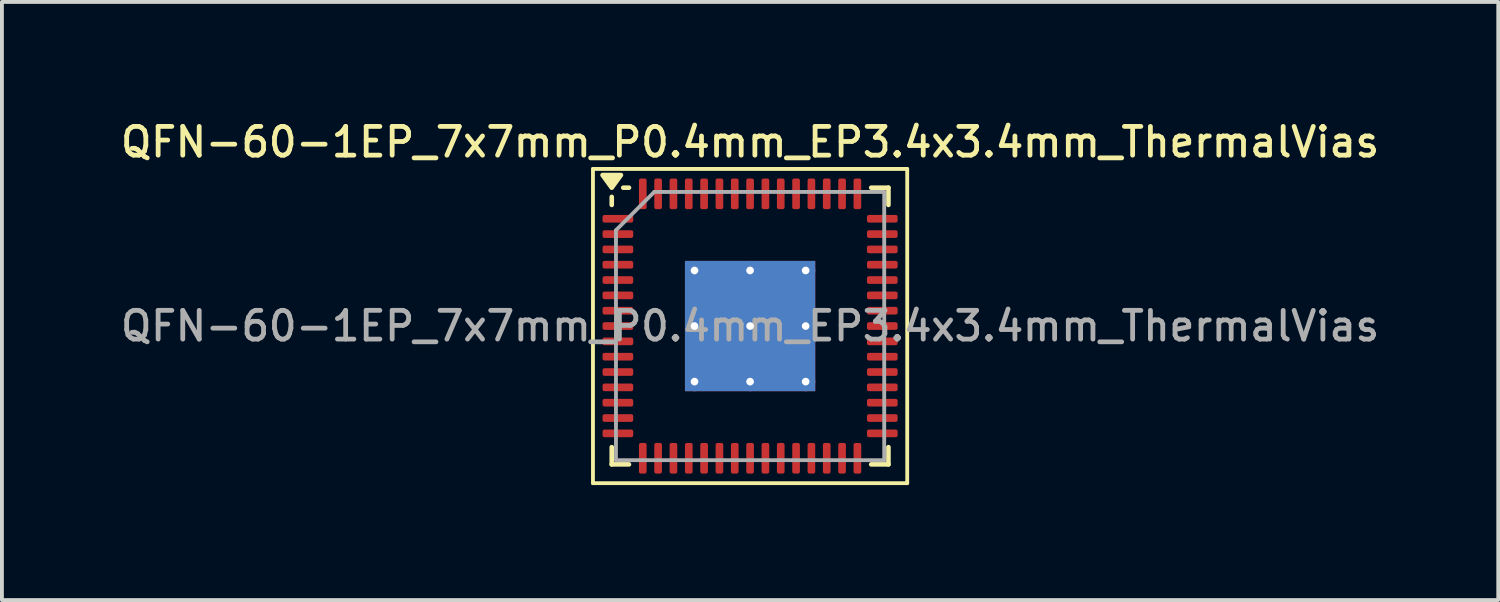
<source format=kicad_pcb>
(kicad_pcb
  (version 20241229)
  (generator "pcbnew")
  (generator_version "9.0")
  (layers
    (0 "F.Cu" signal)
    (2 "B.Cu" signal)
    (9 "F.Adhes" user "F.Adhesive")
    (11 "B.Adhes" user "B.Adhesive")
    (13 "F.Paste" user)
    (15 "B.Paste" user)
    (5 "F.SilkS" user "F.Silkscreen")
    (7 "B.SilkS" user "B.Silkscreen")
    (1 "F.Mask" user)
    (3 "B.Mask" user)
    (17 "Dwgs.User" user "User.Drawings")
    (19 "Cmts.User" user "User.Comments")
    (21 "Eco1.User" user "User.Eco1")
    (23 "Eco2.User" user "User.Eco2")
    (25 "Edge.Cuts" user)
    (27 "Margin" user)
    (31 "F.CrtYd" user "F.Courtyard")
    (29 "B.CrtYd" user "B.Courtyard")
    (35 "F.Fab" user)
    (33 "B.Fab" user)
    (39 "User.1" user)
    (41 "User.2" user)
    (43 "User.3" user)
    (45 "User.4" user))
  (footprint "QFN-60-1EP_7x7mm_P0.4mm_EP3.4x3.4mm_ThermalVias"
    (layer "F.Cu")
    (at 16.523 5.458)
    (property "Reference" "QFN-60-1EP_7x7mm_P0.4mm_EP3.4x3.4mm_ThermalVias" (at 0 -4.8 0) (layer "F.SilkS") (effects (font (size 0.75 0.75) (thickness 0.125))))
    (attr smd)
    (fp_line (start -4.1 -4.1) (end -4.1 4.1) (stroke (width 0.1) (type solid)) (layer "F.SilkS"))
    (fp_line (start -4.1 4.1) (end 4.1 4.1) (stroke (width 0.1) (type solid)) (layer "F.SilkS"))
    (fp_line (start -3.61 -3.16) (end -3.61 -3.37) (stroke (width 0.12) (type solid)) (layer "F.SilkS"))
    (fp_line (start -3.61 3.61) (end -3.61 3.16) (stroke (width 0.12) (type solid)) (layer "F.SilkS"))
    (fp_line (start -3.16 -3.61) (end -3.31 -3.61) (stroke (width 0.12) (type solid)) (layer "F.SilkS"))
    (fp_line (start -3.16 3.61) (end -3.61 3.61) (stroke (width 0.12) (type solid)) (layer "F.SilkS"))
    (fp_line (start 3.16 -3.61) (end 3.61 -3.61) (stroke (width 0.12) (type solid)) (layer "F.SilkS"))
    (fp_line (start 3.16 3.61) (end 3.61 3.61) (stroke (width 0.12) (type solid)) (layer "F.SilkS"))
    (fp_line (start 3.61 -3.61) (end 3.61 -3.16) (stroke (width 0.12) (type solid)) (layer "F.SilkS"))
    (fp_line (start 3.61 3.61) (end 3.61 3.16) (stroke (width 0.12) (type solid)) (layer "F.SilkS"))
    (fp_line (start 4.1 -4.1) (end -4.1 -4.1) (stroke (width 0.1) (type solid)) (layer "F.SilkS"))
    (fp_line (start 4.1 4.1) (end 4.1 -4.1) (stroke (width 0.1) (type solid)) (layer "F.SilkS"))
    (fp_poly (pts (xy -3.61 -3.61) (xy -3.85 -3.94) (xy -3.37 -3.94) (xy -3.61 -3.61)) (stroke (width 0.12) (type solid)) (fill yes) (layer "F.SilkS"))
    (fp_line (start -3.5 -2.5) (end -2.5 -3.5) (stroke (width 0.1) (type solid)) (layer "F.Fab"))
    (fp_line (start -3.5 3.5) (end -3.5 -2.5) (stroke (width 0.1) (type solid)) (layer "F.Fab"))
    (fp_line (start -2.5 -3.5) (end 3.5 -3.5) (stroke (width 0.1) (type solid)) (layer "F.Fab"))
    (fp_line (start 3.5 -3.5) (end 3.5 3.5) (stroke (width 0.1) (type solid)) (layer "F.Fab"))
    (fp_line (start 3.5 3.5) (end -3.5 3.5) (stroke (width 0.1) (type solid)) (layer "F.Fab"))
    (fp_text user "${REFERENCE}" (at 0 0 0) (layer "F.Fab") (effects (font (size 0.75 0.75) (thickness 0.125))))
    (pad "" smd custom (at -0.725 -0.725) (size 1.211 1.211) (layers "F.Paste") (options (anchor circle)) (primitives (gr_poly (pts (xy -0.553 -0.465) (xy -0.465 -0.553) (xy 0.465 -0.553) (xy 0.553 -0.465) (xy 0.553 0.465) (xy 0.465 0.553) (xy -0.465 0.553) (xy -0.553 0.465)) (width 0.212) (fill yes))))
    (pad "" smd custom (at -0.725 0.725) (size 1.211 1.211) (layers "F.Paste") (options (anchor circle)) (primitives (gr_poly (pts (xy -0.553 -0.465) (xy -0.465 -0.553) (xy 0.465 -0.553) (xy 0.553 -0.465) (xy 0.553 0.465) (xy 0.465 0.553) (xy -0.465 0.553) (xy -0.553 0.465)) (width 0.212) (fill yes))))
    (pad "" smd custom (at 0.725 -0.725) (size 1.211 1.211) (layers "F.Paste") (options (anchor circle)) (primitives (gr_poly (pts (xy -0.553 -0.465) (xy -0.465 -0.553) (xy 0.465 -0.553) (xy 0.553 -0.465) (xy 0.553 0.465) (xy 0.465 0.553) (xy -0.465 0.553) (xy -0.553 0.465)) (width 0.212) (fill yes))))
    (pad "" smd custom (at 0.725 0.725) (size 1.211 1.211) (layers "F.Paste") (options (anchor circle)) (primitives (gr_poly (pts (xy -0.553 -0.465) (xy -0.465 -0.553) (xy 0.465 -0.553) (xy 0.553 -0.465) (xy 0.553 0.465) (xy 0.465 0.553) (xy -0.465 0.553) (xy -0.553 0.465)) (width 0.212) (fill yes))))
    (pad "1" smd roundrect (at -3.45 -2.8) (size 0.8 0.2) (layers "F.Cu" "F.Mask" "F.Paste") (roundrect_rratio 0.25))
    (pad "2" smd roundrect (at -3.45 -2.4) (size 0.8 0.2) (layers "F.Cu" "F.Mask" "F.Paste") (roundrect_rratio 0.25))
    (pad "3" smd roundrect (at -3.45 -2) (size 0.8 0.2) (layers "F.Cu" "F.Mask" "F.Paste") (roundrect_rratio 0.25))
    (pad "4" smd roundrect (at -3.45 -1.6) (size 0.8 0.2) (layers "F.Cu" "F.Mask" "F.Paste") (roundrect_rratio 0.25))
    (pad "5" smd roundrect (at -3.45 -1.2) (size 0.8 0.2) (layers "F.Cu" "F.Mask" "F.Paste") (roundrect_rratio 0.25))
    (pad "6" smd roundrect (at -3.45 -0.8) (size 0.8 0.2) (layers "F.Cu" "F.Mask" "F.Paste") (roundrect_rratio 0.25))
    (pad "7" smd roundrect (at -3.45 -0.4) (size 0.8 0.2) (layers "F.Cu" "F.Mask" "F.Paste") (roundrect_rratio 0.25))
    (pad "8" smd roundrect (at -3.45 0) (size 0.8 0.2) (layers "F.Cu" "F.Mask" "F.Paste") (roundrect_rratio 0.25))
    (pad "9" smd roundrect (at -3.45 0.4) (size 0.8 0.2) (layers "F.Cu" "F.Mask" "F.Paste") (roundrect_rratio 0.25))
    (pad "10" smd roundrect (at -3.45 0.8) (size 0.8 0.2) (layers "F.Cu" "F.Mask" "F.Paste") (roundrect_rratio 0.25))
    (pad "11" smd roundrect (at -3.45 1.2) (size 0.8 0.2) (layers "F.Cu" "F.Mask" "F.Paste") (roundrect_rratio 0.25))
    (pad "12" smd roundrect (at -3.45 1.6) (size 0.8 0.2) (layers "F.Cu" "F.Mask" "F.Paste") (roundrect_rratio 0.25))
    (pad "13" smd roundrect (at -3.45 2) (size 0.8 0.2) (layers "F.Cu" "F.Mask" "F.Paste") (roundrect_rratio 0.25))
    (pad "14" smd roundrect (at -3.45 2.4) (size 0.8 0.2) (layers "F.Cu" "F.Mask" "F.Paste") (roundrect_rratio 0.25))
    (pad "15" smd roundrect (at -3.45 2.8) (size 0.8 0.2) (layers "F.Cu" "F.Mask" "F.Paste") (roundrect_rratio 0.25))
    (pad "16" smd roundrect (at -2.8 3.45) (size 0.2 0.8) (layers "F.Cu" "F.Mask" "F.Paste") (roundrect_rratio 0.25))
    (pad "17" smd roundrect (at -2.4 3.45) (size 0.2 0.8) (layers "F.Cu" "F.Mask" "F.Paste") (roundrect_rratio 0.25))
    (pad "18" smd roundrect (at -2 3.45) (size 0.2 0.8) (layers "F.Cu" "F.Mask" "F.Paste") (roundrect_rratio 0.25))
    (pad "19" smd roundrect (at -1.6 3.45) (size 0.2 0.8) (layers "F.Cu" "F.Mask" "F.Paste") (roundrect_rratio 0.25))
    (pad "20" smd roundrect (at -1.2 3.45) (size 0.2 0.8) (layers "F.Cu" "F.Mask" "F.Paste") (roundrect_rratio 0.25))
    (pad "21" smd roundrect (at -0.8 3.45) (size 0.2 0.8) (layers "F.Cu" "F.Mask" "F.Paste") (roundrect_rratio 0.25))
    (pad "22" smd roundrect (at -0.4 3.45) (size 0.2 0.8) (layers "F.Cu" "F.Mask" "F.Paste") (roundrect_rratio 0.25))
    (pad "23" smd roundrect (at 0 3.45) (size 0.2 0.8) (layers "F.Cu" "F.Mask" "F.Paste") (roundrect_rratio 0.25))
    (pad "24" smd roundrect (at 0.4 3.45) (size 0.2 0.8) (layers "F.Cu" "F.Mask" "F.Paste") (roundrect_rratio 0.25))
    (pad "25" smd roundrect (at 0.8 3.45) (size 0.2 0.8) (layers "F.Cu" "F.Mask" "F.Paste") (roundrect_rratio 0.25))
    (pad "26" smd roundrect (at 1.2 3.45) (size 0.2 0.8) (layers "F.Cu" "F.Mask" "F.Paste") (roundrect_rratio 0.25))
    (pad "27" smd roundrect (at 1.6 3.45) (size 0.2 0.8) (layers "F.Cu" "F.Mask" "F.Paste") (roundrect_rratio 0.25))
    (pad "28" smd roundrect (at 2 3.45) (size 0.2 0.8) (layers "F.Cu" "F.Mask" "F.Paste") (roundrect_rratio 0.25))
    (pad "29" smd roundrect (at 2.4 3.45) (size 0.2 0.8) (layers "F.Cu" "F.Mask" "F.Paste") (roundrect_rratio 0.25))
    (pad "30" smd roundrect (at 2.8 3.45) (size 0.2 0.8) (layers "F.Cu" "F.Mask" "F.Paste") (roundrect_rratio 0.25))
    (pad "31" smd roundrect (at 3.45 2.8) (size 0.8 0.2) (layers "F.Cu" "F.Mask" "F.Paste") (roundrect_rratio 0.25))
    (pad "32" smd roundrect (at 3.45 2.4) (size 0.8 0.2) (layers "F.Cu" "F.Mask" "F.Paste") (roundrect_rratio 0.25))
    (pad "33" smd roundrect (at 3.45 2) (size 0.8 0.2) (layers "F.Cu" "F.Mask" "F.Paste") (roundrect_rratio 0.25))
    (pad "34" smd roundrect (at 3.45 1.6) (size 0.8 0.2) (layers "F.Cu" "F.Mask" "F.Paste") (roundrect_rratio 0.25))
    (pad "35" smd roundrect (at 3.45 1.2) (size 0.8 0.2) (layers "F.Cu" "F.Mask" "F.Paste") (roundrect_rratio 0.25))
    (pad "36" smd roundrect (at 3.45 0.8) (size 0.8 0.2) (layers "F.Cu" "F.Mask" "F.Paste") (roundrect_rratio 0.25))
    (pad "37" smd roundrect (at 3.45 0.4) (size 0.8 0.2) (layers "F.Cu" "F.Mask" "F.Paste") (roundrect_rratio 0.25))
    (pad "38" smd roundrect (at 3.45 0) (size 0.8 0.2) (layers "F.Cu" "F.Mask" "F.Paste") (roundrect_rratio 0.25))
    (pad "39" smd roundrect (at 3.45 -0.4) (size 0.8 0.2) (layers "F.Cu" "F.Mask" "F.Paste") (roundrect_rratio 0.25))
    (pad "40" smd roundrect (at 3.45 -0.8) (size 0.8 0.2) (layers "F.Cu" "F.Mask" "F.Paste") (roundrect_rratio 0.25))
    (pad "41" smd roundrect (at 3.45 -1.2) (size 0.8 0.2) (layers "F.Cu" "F.Mask" "F.Paste") (roundrect_rratio 0.25))
    (pad "42" smd roundrect (at 3.45 -1.6) (size 0.8 0.2) (layers "F.Cu" "F.Mask" "F.Paste") (roundrect_rratio 0.25))
    (pad "43" smd roundrect (at 3.45 -2) (size 0.8 0.2) (layers "F.Cu" "F.Mask" "F.Paste") (roundrect_rratio 0.25))
    (pad "44" smd roundrect (at 3.45 -2.4) (size 0.8 0.2) (layers "F.Cu" "F.Mask" "F.Paste") (roundrect_rratio 0.25))
    (pad "45" smd roundrect (at 3.45 -2.8) (size 0.8 0.2) (layers "F.Cu" "F.Mask" "F.Paste") (roundrect_rratio 0.25))
    (pad "46" smd roundrect (at 2.8 -3.45) (size 0.2 0.8) (layers "F.Cu" "F.Mask" "F.Paste") (roundrect_rratio 0.25))
    (pad "47" smd roundrect (at 2.4 -3.45) (size 0.2 0.8) (layers "F.Cu" "F.Mask" "F.Paste") (roundrect_rratio 0.25))
    (pad "48" smd roundrect (at 2 -3.45) (size 0.2 0.8) (layers "F.Cu" "F.Mask" "F.Paste") (roundrect_rratio 0.25))
    (pad "49" smd roundrect (at 1.6 -3.45) (size 0.2 0.8) (layers "F.Cu" "F.Mask" "F.Paste") (roundrect_rratio 0.25))
    (pad "50" smd roundrect (at 1.2 -3.45) (size 0.2 0.8) (layers "F.Cu" "F.Mask" "F.Paste") (roundrect_rratio 0.25))
    (pad "51" smd roundrect (at 0.8 -3.45) (size 0.2 0.8) (layers "F.Cu" "F.Mask" "F.Paste") (roundrect_rratio 0.25))
    (pad "52" smd roundrect (at 0.4 -3.45) (size 0.2 0.8) (layers "F.Cu" "F.Mask" "F.Paste") (roundrect_rratio 0.25))
    (pad "53" smd roundrect (at 0 -3.45) (size 0.2 0.8) (layers "F.Cu" "F.Mask" "F.Paste") (roundrect_rratio 0.25))
    (pad "54" smd roundrect (at -0.4 -3.45) (size 0.2 0.8) (layers "F.Cu" "F.Mask" "F.Paste") (roundrect_rratio 0.25))
    (pad "55" smd roundrect (at -0.8 -3.45) (size 0.2 0.8) (layers "F.Cu" "F.Mask" "F.Paste") (roundrect_rratio 0.25))
    (pad "56" smd roundrect (at -1.2 -3.45) (size 0.2 0.8) (layers "F.Cu" "F.Mask" "F.Paste") (roundrect_rratio 0.25))
    (pad "57" smd roundrect (at -1.6 -3.45) (size 0.2 0.8) (layers "F.Cu" "F.Mask" "F.Paste") (roundrect_rratio 0.25))
    (pad "58" smd roundrect (at -2 -3.45) (size 0.2 0.8) (layers "F.Cu" "F.Mask" "F.Paste") (roundrect_rratio 0.25))
    (pad "59" smd roundrect (at -2.4 -3.45) (size 0.2 0.8) (layers "F.Cu" "F.Mask" "F.Paste") (roundrect_rratio 0.25))
    (pad "60" smd roundrect (at -2.8 -3.45) (size 0.2 0.8) (layers "F.Cu" "F.Mask" "F.Paste") (roundrect_rratio 0.25))
    (pad "61" thru_hole circle (at -1.45 -1.45) (size 0.5 0.5) (drill 0.2) (property pad_prop_heatsink) (layers "*.Cu"))
    (pad "61" thru_hole circle (at -1.45 0) (size 0.5 0.5) (drill 0.2) (property pad_prop_heatsink) (layers "*.Cu"))
    (pad "61" thru_hole circle (at -1.45 1.45) (size 0.5 0.5) (drill 0.2) (property pad_prop_heatsink) (layers "*.Cu"))
    (pad "61" thru_hole circle (at 0 -1.45) (size 0.5 0.5) (drill 0.2) (property pad_prop_heatsink) (layers "*.Cu"))
    (pad "61" thru_hole circle (at 0 0) (size 0.5 0.5) (drill 0.2) (property pad_prop_heatsink) (layers "*.Cu"))
    (pad "61" smd rect (at 0 0) (size 3.4 3.4) (property pad_prop_heatsink) (layers "F.Cu" "F.Mask"))
    (pad "61" smd rect (at 0 0) (size 3.4 3.4) (property pad_prop_heatsink) (layers "B.Cu"))
    (pad "61" thru_hole circle (at 0 1.45) (size 0.5 0.5) (drill 0.2) (property pad_prop_heatsink) (layers "*.Cu"))
    (pad "61" thru_hole circle (at 1.45 -1.45) (size 0.5 0.5) (drill 0.2) (property pad_prop_heatsink) (layers "*.Cu"))
    (pad "61" thru_hole circle (at 1.45 0) (size 0.5 0.5) (drill 0.2) (property pad_prop_heatsink) (layers "*.Cu"))
    (pad "61" thru_hole circle (at 1.45 1.45) (size 0.5 0.5) (drill 0.2) (property pad_prop_heatsink) (layers "*.Cu")))
  (gr_rect
    (start -3 -3)
    (end 36.046 12.608)
    (stroke (width 0.1) (type default))
    (fill no)
    (layer "Edge.Cuts")))
</source>
